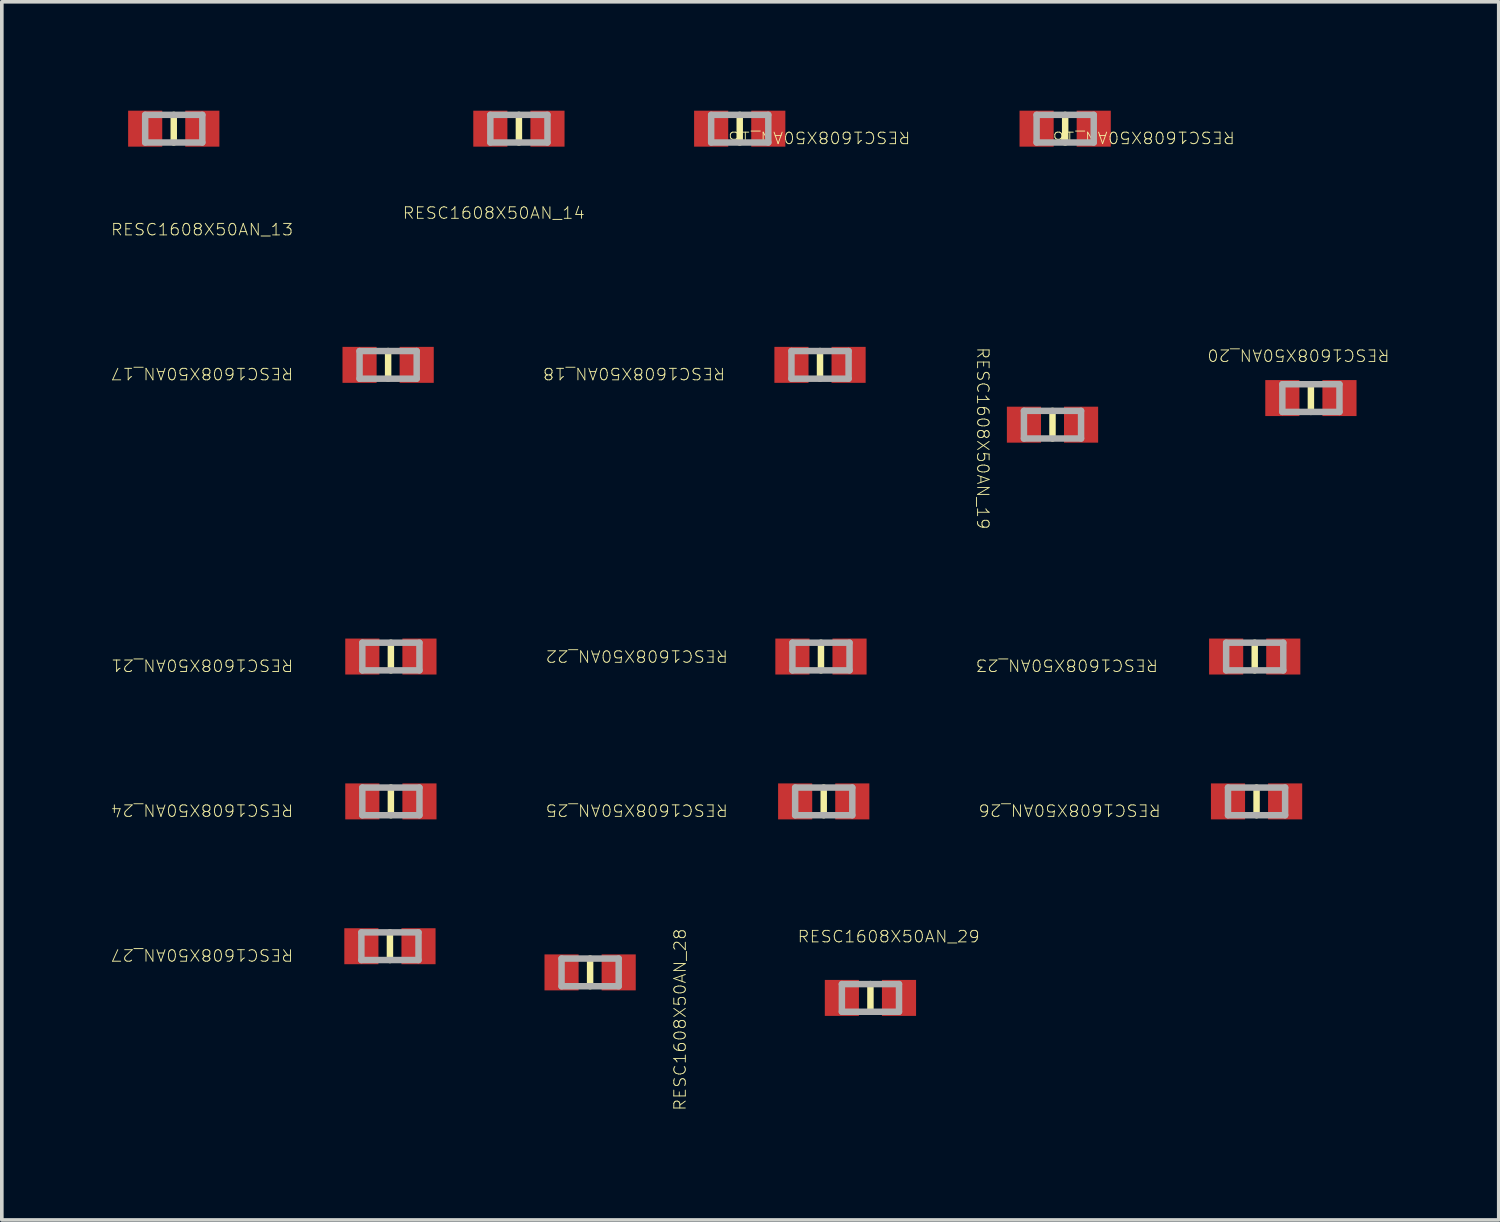
<source format=kicad_pcb>
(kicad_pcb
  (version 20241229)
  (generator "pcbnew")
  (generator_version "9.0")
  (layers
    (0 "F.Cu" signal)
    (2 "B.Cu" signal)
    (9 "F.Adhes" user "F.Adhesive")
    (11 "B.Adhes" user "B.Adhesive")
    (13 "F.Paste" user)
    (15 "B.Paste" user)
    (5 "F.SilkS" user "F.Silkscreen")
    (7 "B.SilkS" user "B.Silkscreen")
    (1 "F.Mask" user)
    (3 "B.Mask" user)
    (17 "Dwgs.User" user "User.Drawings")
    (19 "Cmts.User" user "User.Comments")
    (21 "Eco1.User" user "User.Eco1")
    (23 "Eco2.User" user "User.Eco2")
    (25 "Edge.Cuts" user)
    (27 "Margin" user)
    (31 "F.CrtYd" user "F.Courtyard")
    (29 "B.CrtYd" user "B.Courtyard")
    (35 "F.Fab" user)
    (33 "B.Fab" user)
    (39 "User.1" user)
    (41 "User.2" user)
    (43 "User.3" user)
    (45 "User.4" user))
  (footprint "RESC1608X50AN_26"
    (layer "F.Cu")
    (at 31.569 19.029)
    (property "Reference" "RESC1608X50AN_26" (at -5.15 0.241 180) (unlocked yes) (layer "F.SilkS") (effects (font (size 0.317 0.333) (thickness 0.025))))
    (attr smd)
    (fp_line (start 0 -0.381) (end 0 0.381) (stroke (width 0.178) (type solid)) (layer "F.SilkS"))
    (fp_line (start -0.787 -0.381) (end -0.787 0.381) (stroke (width 0.178) (type solid)) (layer "F.Fab"))
    (fp_line (start 0.787 -0.381) (end -0.787 -0.381) (stroke (width 0.178) (type solid)) (layer "F.Fab"))
    (fp_line (start 0.787 -0.381) (end 0.787 0.381) (stroke (width 0.178) (type solid)) (layer "F.Fab"))
    (fp_line (start 0.787 0.381) (end -0.787 0.381) (stroke (width 0.178) (type solid)) (layer "F.Fab"))
    (pad "1" smd rect (at 0.787 0 90) (size 0.991 0.94) (layers "F.Cu" "F.Mask" "F.Paste"))
    (pad "2" smd rect (at -0.787 0 90) (size 0.991 0.94) (layers "F.Cu" "F.Mask" "F.Paste")))
  (footprint "RESC1608X50AN_13"
    (layer "F.Cu")
    (at 1.737 0.495)
    (property "Reference" "RESC1608X50AN_13" (at 0.781 2.781 0) (unlocked yes) (layer "F.SilkS") (effects (font (size 0.317 0.333) (thickness 0.025))))
    (attr smd)
    (fp_line (start 0 -0.381) (end 0 0.381) (stroke (width 0.178) (type solid)) (layer "F.SilkS"))
    (fp_line (start -0.787 -0.381) (end -0.787 0.381) (stroke (width 0.178) (type solid)) (layer "F.Fab"))
    (fp_line (start 0.787 -0.381) (end -0.787 -0.381) (stroke (width 0.178) (type solid)) (layer "F.Fab"))
    (fp_line (start 0.787 -0.381) (end 0.787 0.381) (stroke (width 0.178) (type solid)) (layer "F.Fab"))
    (fp_line (start 0.787 0.381) (end -0.787 0.381) (stroke (width 0.178) (type solid)) (layer "F.Fab"))
    (pad "1" smd rect (at 0.787 0 90) (size 0.991 0.94) (layers "F.Cu" "F.Mask" "F.Paste"))
    (pad "2" smd rect (at -0.787 0 90) (size 0.991 0.94) (layers "F.Cu" "F.Mask" "F.Paste")))
  (footprint "RESC1608X50AN_16"
    (layer "F.Cu")
    (at 26.296 0.495)
    (property "Reference" "RESC1608X50AN_16" (at 2.165 0.241 180) (unlocked yes) (layer "F.SilkS") (effects (font (size 0.317 0.333) (thickness 0.025))))
    (attr smd)
    (fp_line (start 0 -0.381) (end 0 0.381) (stroke (width 0.178) (type solid)) (layer "F.SilkS"))
    (fp_line (start -0.787 -0.381) (end -0.787 0.381) (stroke (width 0.178) (type solid)) (layer "F.Fab"))
    (fp_line (start 0.787 -0.381) (end -0.787 -0.381) (stroke (width 0.178) (type solid)) (layer "F.Fab"))
    (fp_line (start 0.787 -0.381) (end 0.787 0.381) (stroke (width 0.178) (type solid)) (layer "F.Fab"))
    (fp_line (start 0.787 0.381) (end -0.787 0.381) (stroke (width 0.178) (type solid)) (layer "F.Fab"))
    (pad "1" smd rect (at 0.787 0 90) (size 0.991 0.94) (layers "F.Cu" "F.Mask" "F.Paste"))
    (pad "2" smd rect (at -0.787 0 90) (size 0.991 0.94) (layers "F.Cu" "F.Mask" "F.Paste")))
  (footprint "RESC1608X50AN_23"
    (layer "F.Cu")
    (at 31.518 15.038)
    (property "Reference" "RESC1608X50AN_23" (at -5.175 0.241 180) (unlocked yes) (layer "F.SilkS") (effects (font (size 0.317 0.333) (thickness 0.025))))
    (attr smd)
    (fp_line (start 0 -0.381) (end 0 0.381) (stroke (width 0.178) (type solid)) (layer "F.SilkS"))
    (fp_line (start -0.787 -0.381) (end -0.787 0.381) (stroke (width 0.178) (type solid)) (layer "F.Fab"))
    (fp_line (start 0.787 -0.381) (end -0.787 -0.381) (stroke (width 0.178) (type solid)) (layer "F.Fab"))
    (fp_line (start 0.787 -0.381) (end 0.787 0.381) (stroke (width 0.178) (type solid)) (layer "F.Fab"))
    (fp_line (start 0.787 0.381) (end -0.787 0.381) (stroke (width 0.178) (type solid)) (layer "F.Fab"))
    (pad "1" smd rect (at 0.787 0 90) (size 0.991 0.94) (layers "F.Cu" "F.Mask" "F.Paste"))
    (pad "2" smd rect (at -0.787 0 90) (size 0.991 0.94) (layers "F.Cu" "F.Mask" "F.Paste")))
  (footprint "RESC1608X50AN_21"
    (layer "F.Cu")
    (at 7.719 15.038)
    (property "Reference" "RESC1608X50AN_21" (at -5.201 0.241 180) (unlocked yes) (layer "F.SilkS") (effects (font (size 0.317 0.333) (thickness 0.025))))
    (attr smd)
    (fp_line (start 0 -0.381) (end 0 0.381) (stroke (width 0.178) (type solid)) (layer "F.SilkS"))
    (fp_line (start -0.787 -0.381) (end -0.787 0.381) (stroke (width 0.178) (type solid)) (layer "F.Fab"))
    (fp_line (start 0.787 -0.381) (end -0.787 -0.381) (stroke (width 0.178) (type solid)) (layer "F.Fab"))
    (fp_line (start 0.787 -0.381) (end 0.787 0.381) (stroke (width 0.178) (type solid)) (layer "F.Fab"))
    (fp_line (start 0.787 0.381) (end -0.787 0.381) (stroke (width 0.178) (type solid)) (layer "F.Fab"))
    (pad "1" smd rect (at 0.787 0 90) (size 0.991 0.94) (layers "F.Cu" "F.Mask" "F.Paste"))
    (pad "2" smd rect (at -0.787 0 90) (size 0.991 0.94) (layers "F.Cu" "F.Mask" "F.Paste")))
  (footprint "RESC1608X50AN_17"
    (layer "F.Cu")
    (at 7.643 7.002)
    (property "Reference" "RESC1608X50AN_17" (at -5.124 0.241 180) (unlocked yes) (layer "F.SilkS") (effects (font (size 0.317 0.333) (thickness 0.025))))
    (attr smd)
    (fp_line (start 0 -0.381) (end 0 0.381) (stroke (width 0.178) (type solid)) (layer "F.SilkS"))
    (fp_line (start -0.787 -0.381) (end -0.787 0.381) (stroke (width 0.178) (type solid)) (layer "F.Fab"))
    (fp_line (start 0.787 -0.381) (end -0.787 -0.381) (stroke (width 0.178) (type solid)) (layer "F.Fab"))
    (fp_line (start 0.787 -0.381) (end 0.787 0.381) (stroke (width 0.178) (type solid)) (layer "F.Fab"))
    (fp_line (start 0.787 0.381) (end -0.787 0.381) (stroke (width 0.178) (type solid)) (layer "F.Fab"))
    (pad "1" smd rect (at 0.787 0 90) (size 0.991 0.94) (layers "F.Cu" "F.Mask" "F.Paste"))
    (pad "2" smd rect (at -0.787 0 90) (size 0.991 0.94) (layers "F.Cu" "F.Mask" "F.Paste")))
  (footprint "RESC1608X50AN_27"
    (layer "F.Cu")
    (at 7.693 23.019)
    (property "Reference" "RESC1608X50AN_27" (at -5.175 0.241 180) (unlocked yes) (layer "F.SilkS") (effects (font (size 0.317 0.333) (thickness 0.025))))
    (attr smd)
    (fp_line (start 0 -0.381) (end 0 0.381) (stroke (width 0.178) (type solid)) (layer "F.SilkS"))
    (fp_line (start -0.787 -0.381) (end -0.787 0.381) (stroke (width 0.178) (type solid)) (layer "F.Fab"))
    (fp_line (start 0.787 -0.381) (end -0.787 -0.381) (stroke (width 0.178) (type solid)) (layer "F.Fab"))
    (fp_line (start 0.787 -0.381) (end 0.787 0.381) (stroke (width 0.178) (type solid)) (layer "F.Fab"))
    (fp_line (start 0.787 0.381) (end -0.787 0.381) (stroke (width 0.178) (type solid)) (layer "F.Fab"))
    (pad "1" smd rect (at 0.787 0 90) (size 0.991 0.94) (layers "F.Cu" "F.Mask" "F.Paste"))
    (pad "2" smd rect (at -0.787 0 90) (size 0.991 0.94) (layers "F.Cu" "F.Mask" "F.Paste")))
  (footprint "RESC1608X50AN_20"
    (layer "F.Cu")
    (at 33.066 7.917)
    (property "Reference" "RESC1608X50AN_20" (at -0.343 -1.181 180) (unlocked yes) (layer "F.SilkS") (effects (font (size 0.317 0.333) (thickness 0.025))))
    (attr smd)
    (fp_line (start 0 -0.381) (end 0 0.381) (stroke (width 0.178) (type solid)) (layer "F.SilkS"))
    (fp_line (start -0.787 -0.381) (end -0.787 0.381) (stroke (width 0.178) (type solid)) (layer "F.Fab"))
    (fp_line (start 0.787 -0.381) (end -0.787 -0.381) (stroke (width 0.178) (type solid)) (layer "F.Fab"))
    (fp_line (start 0.787 -0.381) (end 0.787 0.381) (stroke (width 0.178) (type solid)) (layer "F.Fab"))
    (fp_line (start 0.787 0.381) (end -0.787 0.381) (stroke (width 0.178) (type solid)) (layer "F.Fab"))
    (pad "1" smd rect (at 0.787 0 90) (size 0.991 0.94) (layers "F.Cu" "F.Mask" "F.Paste"))
    (pad "2" smd rect (at -0.787 0 90) (size 0.991 0.94) (layers "F.Cu" "F.Mask" "F.Paste")))
  (footprint "RESC1608X50AN_22"
    (layer "F.Cu")
    (at 19.568 15.038)
    (property "Reference" "RESC1608X50AN_22" (at -5.074 -0.013 180) (unlocked yes) (layer "F.SilkS") (effects (font (size 0.317 0.333) (thickness 0.025))))
    (attr smd)
    (fp_line (start 0 -0.381) (end 0 0.381) (stroke (width 0.178) (type solid)) (layer "F.SilkS"))
    (fp_line (start -0.787 -0.381) (end -0.787 0.381) (stroke (width 0.178) (type solid)) (layer "F.Fab"))
    (fp_line (start 0.787 -0.381) (end -0.787 -0.381) (stroke (width 0.178) (type solid)) (layer "F.Fab"))
    (fp_line (start 0.787 -0.381) (end 0.787 0.381) (stroke (width 0.178) (type solid)) (layer "F.Fab"))
    (fp_line (start 0.787 0.381) (end -0.787 0.381) (stroke (width 0.178) (type solid)) (layer "F.Fab"))
    (pad "1" smd rect (at 0.787 0 90) (size 0.991 0.94) (layers "F.Cu" "F.Mask" "F.Paste"))
    (pad "2" smd rect (at -0.787 0 90) (size 0.991 0.94) (layers "F.Cu" "F.Mask" "F.Paste")))
  (footprint "RESC1608X50AN_28"
    (layer "F.Cu")
    (at 13.208 23.74)
    (property "Reference" "RESC1608X50AN_28" (at 2.477 1.302 90) (unlocked yes) (layer "F.SilkS") (effects (font (size 0.317 0.333) (thickness 0.025))))
    (attr smd)
    (fp_line (start 0 -0.381) (end 0 0.381) (stroke (width 0.178) (type solid)) (layer "F.SilkS"))
    (fp_line (start -0.787 -0.381) (end -0.787 0.381) (stroke (width 0.178) (type solid)) (layer "F.Fab"))
    (fp_line (start 0.787 -0.381) (end -0.787 -0.381) (stroke (width 0.178) (type solid)) (layer "F.Fab"))
    (fp_line (start 0.787 -0.381) (end 0.787 0.381) (stroke (width 0.178) (type solid)) (layer "F.Fab"))
    (fp_line (start 0.787 0.381) (end -0.787 0.381) (stroke (width 0.178) (type solid)) (layer "F.Fab"))
    (pad "1" smd rect (at 0.787 0 90) (size 0.991 0.94) (layers "F.Cu" "F.Mask" "F.Paste"))
    (pad "2" smd rect (at -0.787 0 90) (size 0.991 0.94) (layers "F.Cu" "F.Mask" "F.Paste")))
  (footprint "RESC1608X50AN_15"
    (layer "F.Cu")
    (at 17.33 0.495)
    (property "Reference" "RESC1608X50AN_15" (at 2.191 0.241 180) (unlocked yes) (layer "F.SilkS") (effects (font (size 0.317 0.333) (thickness 0.025))))
    (attr smd)
    (fp_line (start 0 -0.381) (end 0 0.381) (stroke (width 0.178) (type solid)) (layer "F.SilkS"))
    (fp_line (start -0.787 -0.381) (end -0.787 0.381) (stroke (width 0.178) (type solid)) (layer "F.Fab"))
    (fp_line (start 0.787 -0.381) (end -0.787 -0.381) (stroke (width 0.178) (type solid)) (layer "F.Fab"))
    (fp_line (start 0.787 -0.381) (end 0.787 0.381) (stroke (width 0.178) (type solid)) (layer "F.Fab"))
    (fp_line (start 0.787 0.381) (end -0.787 0.381) (stroke (width 0.178) (type solid)) (layer "F.Fab"))
    (pad "1" smd rect (at 0.787 0 90) (size 0.991 0.94) (layers "F.Cu" "F.Mask" "F.Paste"))
    (pad "2" smd rect (at -0.787 0 90) (size 0.991 0.94) (layers "F.Cu" "F.Mask" "F.Paste")))
  (footprint "RESC1608X50AN_14"
    (layer "F.Cu")
    (at 11.246 0.495)
    (property "Reference" "RESC1608X50AN_14" (at -0.692 2.324 0) (unlocked yes) (layer "F.SilkS") (effects (font (size 0.317 0.333) (thickness 0.025))))
    (attr smd)
    (fp_line (start 0 -0.381) (end 0 0.381) (stroke (width 0.178) (type solid)) (layer "F.SilkS"))
    (fp_line (start -0.787 -0.381) (end -0.787 0.381) (stroke (width 0.178) (type solid)) (layer "F.Fab"))
    (fp_line (start 0.787 -0.381) (end -0.787 -0.381) (stroke (width 0.178) (type solid)) (layer "F.Fab"))
    (fp_line (start 0.787 -0.381) (end 0.787 0.381) (stroke (width 0.178) (type solid)) (layer "F.Fab"))
    (fp_line (start 0.787 0.381) (end -0.787 0.381) (stroke (width 0.178) (type solid)) (layer "F.Fab"))
    (pad "1" smd rect (at 0.787 0 90) (size 0.991 0.94) (layers "F.Cu" "F.Mask" "F.Paste"))
    (pad "2" smd rect (at -0.787 0 90) (size 0.991 0.94) (layers "F.Cu" "F.Mask" "F.Paste")))
  (footprint "RESC1608X50AN_24"
    (layer "F.Cu")
    (at 7.719 19.029)
    (property "Reference" "RESC1608X50AN_24" (at -5.201 0.241 180) (unlocked yes) (layer "F.SilkS") (effects (font (size 0.317 0.333) (thickness 0.025))))
    (attr smd)
    (fp_line (start 0 -0.381) (end 0 0.381) (stroke (width 0.178) (type solid)) (layer "F.SilkS"))
    (fp_line (start -0.787 -0.381) (end -0.787 0.381) (stroke (width 0.178) (type solid)) (layer "F.Fab"))
    (fp_line (start 0.787 -0.381) (end -0.787 -0.381) (stroke (width 0.178) (type solid)) (layer "F.Fab"))
    (fp_line (start 0.787 -0.381) (end 0.787 0.381) (stroke (width 0.178) (type solid)) (layer "F.Fab"))
    (fp_line (start 0.787 0.381) (end -0.787 0.381) (stroke (width 0.178) (type solid)) (layer "F.Fab"))
    (pad "1" smd rect (at 0.787 0 90) (size 0.991 0.94) (layers "F.Cu" "F.Mask" "F.Paste"))
    (pad "2" smd rect (at -0.787 0 90) (size 0.991 0.94) (layers "F.Cu" "F.Mask" "F.Paste")))
  (footprint "RESC1608X50AN_18"
    (layer "F.Cu")
    (at 19.542 7.002)
    (property "Reference" "RESC1608X50AN_18" (at -5.124 0.241 180) (unlocked yes) (layer "F.SilkS") (effects (font (size 0.317 0.333) (thickness 0.025))))
    (attr smd)
    (fp_line (start 0 -0.381) (end 0 0.381) (stroke (width 0.178) (type solid)) (layer "F.SilkS"))
    (fp_line (start -0.787 -0.381) (end -0.787 0.381) (stroke (width 0.178) (type solid)) (layer "F.Fab"))
    (fp_line (start 0.787 -0.381) (end -0.787 -0.381) (stroke (width 0.178) (type solid)) (layer "F.Fab"))
    (fp_line (start 0.787 -0.381) (end 0.787 0.381) (stroke (width 0.178) (type solid)) (layer "F.Fab"))
    (fp_line (start 0.787 0.381) (end -0.787 0.381) (stroke (width 0.178) (type solid)) (layer "F.Fab"))
    (pad "1" smd rect (at 0.787 0 90) (size 0.991 0.94) (layers "F.Cu" "F.Mask" "F.Paste"))
    (pad "2" smd rect (at -0.787 0 90) (size 0.991 0.94) (layers "F.Cu" "F.Mask" "F.Paste")))
  (footprint "RESC1608X50AN_19"
    (layer "F.Cu")
    (at 25.947 8.65)
    (property "Reference" "RESC1608X50AN_19" (at -1.918 0.375 270) (unlocked yes) (layer "F.SilkS") (effects (font (size 0.317 0.333) (thickness 0.025))))
    (attr smd)
    (fp_line (start 0 -0.381) (end 0 0.381) (stroke (width 0.178) (type solid)) (layer "F.SilkS"))
    (fp_line (start -0.787 -0.381) (end -0.787 0.381) (stroke (width 0.178) (type solid)) (layer "F.Fab"))
    (fp_line (start 0.787 -0.381) (end -0.787 -0.381) (stroke (width 0.178) (type solid)) (layer "F.Fab"))
    (fp_line (start 0.787 -0.381) (end 0.787 0.381) (stroke (width 0.178) (type solid)) (layer "F.Fab"))
    (fp_line (start 0.787 0.381) (end -0.787 0.381) (stroke (width 0.178) (type solid)) (layer "F.Fab"))
    (pad "1" smd rect (at 0.787 0 90) (size 0.991 0.94) (layers "F.Cu" "F.Mask" "F.Paste"))
    (pad "2" smd rect (at -0.787 0 90) (size 0.991 0.94) (layers "F.Cu" "F.Mask" "F.Paste")))
  (footprint "RESC1608X50AN_29"
    (layer "F.Cu")
    (at 20.931 24.443)
    (property "Reference" "RESC1608X50AN_29" (at 0.502 -1.689 0) (unlocked yes) (layer "F.SilkS") (effects (font (size 0.317 0.333) (thickness 0.025))))
    (attr smd)
    (fp_line (start 0 -0.381) (end 0 0.381) (stroke (width 0.178) (type solid)) (layer "F.SilkS"))
    (fp_line (start -0.787 -0.381) (end -0.787 0.381) (stroke (width 0.178) (type solid)) (layer "F.Fab"))
    (fp_line (start 0.787 -0.381) (end -0.787 -0.381) (stroke (width 0.178) (type solid)) (layer "F.Fab"))
    (fp_line (start 0.787 -0.381) (end 0.787 0.381) (stroke (width 0.178) (type solid)) (layer "F.Fab"))
    (fp_line (start 0.787 0.381) (end -0.787 0.381) (stroke (width 0.178) (type solid)) (layer "F.Fab"))
    (pad "1" smd rect (at 0.787 0 90) (size 0.991 0.94) (layers "F.Cu" "F.Mask" "F.Paste"))
    (pad "2" smd rect (at -0.787 0 90) (size 0.991 0.94) (layers "F.Cu" "F.Mask" "F.Paste")))
  (footprint "RESC1608X50AN_25"
    (layer "F.Cu")
    (at 19.644 19.029)
    (property "Reference" "RESC1608X50AN_25" (at -5.15 0.241 180) (unlocked yes) (layer "F.SilkS") (effects (font (size 0.317 0.333) (thickness 0.025))))
    (attr smd)
    (fp_line (start 0 -0.381) (end 0 0.381) (stroke (width 0.178) (type solid)) (layer "F.SilkS"))
    (fp_line (start -0.787 -0.381) (end -0.787 0.381) (stroke (width 0.178) (type solid)) (layer "F.Fab"))
    (fp_line (start 0.787 -0.381) (end -0.787 -0.381) (stroke (width 0.178) (type solid)) (layer "F.Fab"))
    (fp_line (start 0.787 -0.381) (end 0.787 0.381) (stroke (width 0.178) (type solid)) (layer "F.Fab"))
    (fp_line (start 0.787 0.381) (end -0.787 0.381) (stroke (width 0.178) (type solid)) (layer "F.Fab"))
    (pad "1" smd rect (at 0.787 0 90) (size 0.991 0.94) (layers "F.Cu" "F.Mask" "F.Paste"))
    (pad "2" smd rect (at -0.787 0 90) (size 0.991 0.94) (layers "F.Cu" "F.Mask" "F.Paste")))
  (gr_rect
    (start -3 -3)
    (end 38.241 30.56)
    (stroke (width 0.1) (type default))
    (fill no)
    (layer "Edge.Cuts")))
</source>
